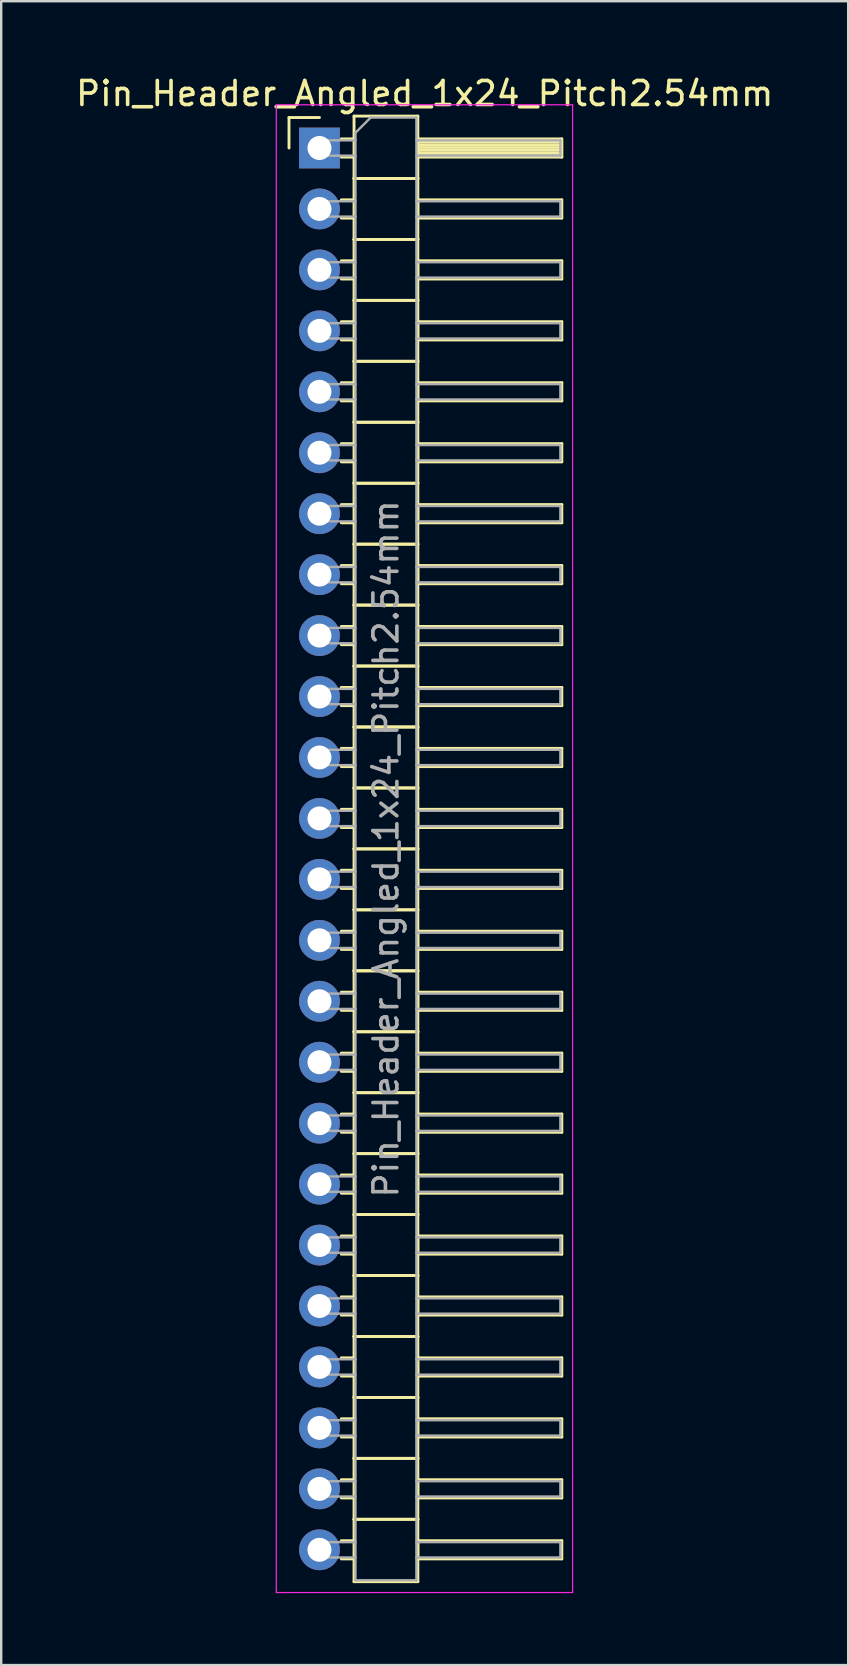
<source format=kicad_pcb>
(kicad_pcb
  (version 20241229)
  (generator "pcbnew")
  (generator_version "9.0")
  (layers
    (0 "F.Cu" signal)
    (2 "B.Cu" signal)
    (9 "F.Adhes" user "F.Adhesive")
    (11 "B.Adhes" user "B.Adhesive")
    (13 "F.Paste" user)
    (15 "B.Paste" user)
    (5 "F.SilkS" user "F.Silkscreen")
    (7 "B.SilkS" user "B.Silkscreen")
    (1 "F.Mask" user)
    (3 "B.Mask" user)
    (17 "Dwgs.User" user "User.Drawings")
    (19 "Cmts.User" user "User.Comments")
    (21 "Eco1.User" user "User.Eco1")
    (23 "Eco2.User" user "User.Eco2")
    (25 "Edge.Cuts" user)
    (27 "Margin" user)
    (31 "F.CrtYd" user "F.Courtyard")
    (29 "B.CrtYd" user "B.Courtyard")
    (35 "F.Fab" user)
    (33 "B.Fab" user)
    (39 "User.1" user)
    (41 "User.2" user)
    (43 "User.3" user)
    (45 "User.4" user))
  (footprint "Pin_Header_Angled_1x24_Pitch2.54mm"
    (layer "F.Cu")
    (at 10.264 3.118)
    (property "Reference" "Pin_Header_Angled_1x24_Pitch2.54mm" (at 4.385 -2.27 0) (layer "F.SilkS") (effects (font (size 1 1) (thickness 0.15))))
    (attr through_hole)
    (fp_line (start -1.27 -1.27) (end 0 -1.27) (stroke (width 0.12) (type solid)) (layer "F.SilkS"))
    (fp_line (start -1.27 0) (end -1.27 -1.27) (stroke (width 0.12) (type solid)) (layer "F.SilkS"))
    (fp_line (start 0.91 -0.38) (end 1.44 -0.38) (stroke (width 0.12) (type solid)) (layer "F.SilkS"))
    (fp_line (start 0.91 0.38) (end 1.44 0.38) (stroke (width 0.12) (type solid)) (layer "F.SilkS"))
    (fp_line (start 0.91 2.16) (end 1.44 2.16) (stroke (width 0.12) (type solid)) (layer "F.SilkS"))
    (fp_line (start 0.91 2.92) (end 1.44 2.92) (stroke (width 0.12) (type solid)) (layer "F.SilkS"))
    (fp_line (start 0.91 4.7) (end 1.44 4.7) (stroke (width 0.12) (type solid)) (layer "F.SilkS"))
    (fp_line (start 0.91 5.46) (end 1.44 5.46) (stroke (width 0.12) (type solid)) (layer "F.SilkS"))
    (fp_line (start 0.91 7.24) (end 1.44 7.24) (stroke (width 0.12) (type solid)) (layer "F.SilkS"))
    (fp_line (start 0.91 8) (end 1.44 8) (stroke (width 0.12) (type solid)) (layer "F.SilkS"))
    (fp_line (start 0.91 9.78) (end 1.44 9.78) (stroke (width 0.12) (type solid)) (layer "F.SilkS"))
    (fp_line (start 0.91 10.54) (end 1.44 10.54) (stroke (width 0.12) (type solid)) (layer "F.SilkS"))
    (fp_line (start 0.91 12.32) (end 1.44 12.32) (stroke (width 0.12) (type solid)) (layer "F.SilkS"))
    (fp_line (start 0.91 13.08) (end 1.44 13.08) (stroke (width 0.12) (type solid)) (layer "F.SilkS"))
    (fp_line (start 0.91 14.86) (end 1.44 14.86) (stroke (width 0.12) (type solid)) (layer "F.SilkS"))
    (fp_line (start 0.91 15.62) (end 1.44 15.62) (stroke (width 0.12) (type solid)) (layer "F.SilkS"))
    (fp_line (start 0.91 17.4) (end 1.44 17.4) (stroke (width 0.12) (type solid)) (layer "F.SilkS"))
    (fp_line (start 0.91 18.16) (end 1.44 18.16) (stroke (width 0.12) (type solid)) (layer "F.SilkS"))
    (fp_line (start 0.91 19.94) (end 1.44 19.94) (stroke (width 0.12) (type solid)) (layer "F.SilkS"))
    (fp_line (start 0.91 20.7) (end 1.44 20.7) (stroke (width 0.12) (type solid)) (layer "F.SilkS"))
    (fp_line (start 0.91 22.48) (end 1.44 22.48) (stroke (width 0.12) (type solid)) (layer "F.SilkS"))
    (fp_line (start 0.91 23.24) (end 1.44 23.24) (stroke (width 0.12) (type solid)) (layer "F.SilkS"))
    (fp_line (start 0.91 25.02) (end 1.44 25.02) (stroke (width 0.12) (type solid)) (layer "F.SilkS"))
    (fp_line (start 0.91 25.78) (end 1.44 25.78) (stroke (width 0.12) (type solid)) (layer "F.SilkS"))
    (fp_line (start 0.91 27.56) (end 1.44 27.56) (stroke (width 0.12) (type solid)) (layer "F.SilkS"))
    (fp_line (start 0.91 28.32) (end 1.44 28.32) (stroke (width 0.12) (type solid)) (layer "F.SilkS"))
    (fp_line (start 0.91 30.1) (end 1.44 30.1) (stroke (width 0.12) (type solid)) (layer "F.SilkS"))
    (fp_line (start 0.91 30.86) (end 1.44 30.86) (stroke (width 0.12) (type solid)) (layer "F.SilkS"))
    (fp_line (start 0.91 32.64) (end 1.44 32.64) (stroke (width 0.12) (type solid)) (layer "F.SilkS"))
    (fp_line (start 0.91 33.4) (end 1.44 33.4) (stroke (width 0.12) (type solid)) (layer "F.SilkS"))
    (fp_line (start 0.91 35.18) (end 1.44 35.18) (stroke (width 0.12) (type solid)) (layer "F.SilkS"))
    (fp_line (start 0.91 35.94) (end 1.44 35.94) (stroke (width 0.12) (type solid)) (layer "F.SilkS"))
    (fp_line (start 0.91 37.72) (end 1.44 37.72) (stroke (width 0.12) (type solid)) (layer "F.SilkS"))
    (fp_line (start 0.91 38.48) (end 1.44 38.48) (stroke (width 0.12) (type solid)) (layer "F.SilkS"))
    (fp_line (start 0.91 40.26) (end 1.44 40.26) (stroke (width 0.12) (type solid)) (layer "F.SilkS"))
    (fp_line (start 0.91 41.02) (end 1.44 41.02) (stroke (width 0.12) (type solid)) (layer "F.SilkS"))
    (fp_line (start 0.91 42.8) (end 1.44 42.8) (stroke (width 0.12) (type solid)) (layer "F.SilkS"))
    (fp_line (start 0.91 43.56) (end 1.44 43.56) (stroke (width 0.12) (type solid)) (layer "F.SilkS"))
    (fp_line (start 0.91 45.34) (end 1.44 45.34) (stroke (width 0.12) (type solid)) (layer "F.SilkS"))
    (fp_line (start 0.91 46.1) (end 1.44 46.1) (stroke (width 0.12) (type solid)) (layer "F.SilkS"))
    (fp_line (start 0.91 47.88) (end 1.44 47.88) (stroke (width 0.12) (type solid)) (layer "F.SilkS"))
    (fp_line (start 0.91 48.64) (end 1.44 48.64) (stroke (width 0.12) (type solid)) (layer "F.SilkS"))
    (fp_line (start 0.91 50.42) (end 1.44 50.42) (stroke (width 0.12) (type solid)) (layer "F.SilkS"))
    (fp_line (start 0.91 51.18) (end 1.44 51.18) (stroke (width 0.12) (type solid)) (layer "F.SilkS"))
    (fp_line (start 0.91 52.96) (end 1.44 52.96) (stroke (width 0.12) (type solid)) (layer "F.SilkS"))
    (fp_line (start 0.91 53.72) (end 1.44 53.72) (stroke (width 0.12) (type solid)) (layer "F.SilkS"))
    (fp_line (start 0.91 55.5) (end 1.44 55.5) (stroke (width 0.12) (type solid)) (layer "F.SilkS"))
    (fp_line (start 0.91 56.26) (end 1.44 56.26) (stroke (width 0.12) (type solid)) (layer "F.SilkS"))
    (fp_line (start 0.91 58.04) (end 1.44 58.04) (stroke (width 0.12) (type solid)) (layer "F.SilkS"))
    (fp_line (start 0.91 58.8) (end 1.44 58.8) (stroke (width 0.12) (type solid)) (layer "F.SilkS"))
    (fp_line (start 1.44 -1.33) (end 1.44 1.27) (stroke (width 0.12) (type solid)) (layer "F.SilkS"))
    (fp_line (start 1.44 1.27) (end 1.44 3.81) (stroke (width 0.12) (type solid)) (layer "F.SilkS"))
    (fp_line (start 1.44 1.27) (end 4.1 1.27) (stroke (width 0.12) (type solid)) (layer "F.SilkS"))
    (fp_line (start 1.44 3.81) (end 1.44 6.35) (stroke (width 0.12) (type solid)) (layer "F.SilkS"))
    (fp_line (start 1.44 3.81) (end 4.1 3.81) (stroke (width 0.12) (type solid)) (layer "F.SilkS"))
    (fp_line (start 1.44 6.35) (end 1.44 8.89) (stroke (width 0.12) (type solid)) (layer "F.SilkS"))
    (fp_line (start 1.44 6.35) (end 4.1 6.35) (stroke (width 0.12) (type solid)) (layer "F.SilkS"))
    (fp_line (start 1.44 8.89) (end 1.44 11.43) (stroke (width 0.12) (type solid)) (layer "F.SilkS"))
    (fp_line (start 1.44 8.89) (end 4.1 8.89) (stroke (width 0.12) (type solid)) (layer "F.SilkS"))
    (fp_line (start 1.44 11.43) (end 1.44 13.97) (stroke (width 0.12) (type solid)) (layer "F.SilkS"))
    (fp_line (start 1.44 11.43) (end 4.1 11.43) (stroke (width 0.12) (type solid)) (layer "F.SilkS"))
    (fp_line (start 1.44 13.97) (end 1.44 16.51) (stroke (width 0.12) (type solid)) (layer "F.SilkS"))
    (fp_line (start 1.44 13.97) (end 4.1 13.97) (stroke (width 0.12) (type solid)) (layer "F.SilkS"))
    (fp_line (start 1.44 16.51) (end 1.44 19.05) (stroke (width 0.12) (type solid)) (layer "F.SilkS"))
    (fp_line (start 1.44 16.51) (end 4.1 16.51) (stroke (width 0.12) (type solid)) (layer "F.SilkS"))
    (fp_line (start 1.44 19.05) (end 1.44 21.59) (stroke (width 0.12) (type solid)) (layer "F.SilkS"))
    (fp_line (start 1.44 19.05) (end 4.1 19.05) (stroke (width 0.12) (type solid)) (layer "F.SilkS"))
    (fp_line (start 1.44 21.59) (end 1.44 24.13) (stroke (width 0.12) (type solid)) (layer "F.SilkS"))
    (fp_line (start 1.44 21.59) (end 4.1 21.59) (stroke (width 0.12) (type solid)) (layer "F.SilkS"))
    (fp_line (start 1.44 24.13) (end 1.44 26.67) (stroke (width 0.12) (type solid)) (layer "F.SilkS"))
    (fp_line (start 1.44 24.13) (end 4.1 24.13) (stroke (width 0.12) (type solid)) (layer "F.SilkS"))
    (fp_line (start 1.44 26.67) (end 1.44 29.21) (stroke (width 0.12) (type solid)) (layer "F.SilkS"))
    (fp_line (start 1.44 26.67) (end 4.1 26.67) (stroke (width 0.12) (type solid)) (layer "F.SilkS"))
    (fp_line (start 1.44 29.21) (end 1.44 31.75) (stroke (width 0.12) (type solid)) (layer "F.SilkS"))
    (fp_line (start 1.44 29.21) (end 4.1 29.21) (stroke (width 0.12) (type solid)) (layer "F.SilkS"))
    (fp_line (start 1.44 31.75) (end 1.44 34.29) (stroke (width 0.12) (type solid)) (layer "F.SilkS"))
    (fp_line (start 1.44 31.75) (end 4.1 31.75) (stroke (width 0.12) (type solid)) (layer "F.SilkS"))
    (fp_line (start 1.44 34.29) (end 1.44 36.83) (stroke (width 0.12) (type solid)) (layer "F.SilkS"))
    (fp_line (start 1.44 34.29) (end 4.1 34.29) (stroke (width 0.12) (type solid)) (layer "F.SilkS"))
    (fp_line (start 1.44 36.83) (end 1.44 39.37) (stroke (width 0.12) (type solid)) (layer "F.SilkS"))
    (fp_line (start 1.44 36.83) (end 4.1 36.83) (stroke (width 0.12) (type solid)) (layer "F.SilkS"))
    (fp_line (start 1.44 39.37) (end 1.44 41.91) (stroke (width 0.12) (type solid)) (layer "F.SilkS"))
    (fp_line (start 1.44 39.37) (end 4.1 39.37) (stroke (width 0.12) (type solid)) (layer "F.SilkS"))
    (fp_line (start 1.44 41.91) (end 1.44 44.45) (stroke (width 0.12) (type solid)) (layer "F.SilkS"))
    (fp_line (start 1.44 41.91) (end 4.1 41.91) (stroke (width 0.12) (type solid)) (layer "F.SilkS"))
    (fp_line (start 1.44 44.45) (end 1.44 46.99) (stroke (width 0.12) (type solid)) (layer "F.SilkS"))
    (fp_line (start 1.44 44.45) (end 4.1 44.45) (stroke (width 0.12) (type solid)) (layer "F.SilkS"))
    (fp_line (start 1.44 46.99) (end 1.44 49.53) (stroke (width 0.12) (type solid)) (layer "F.SilkS"))
    (fp_line (start 1.44 46.99) (end 4.1 46.99) (stroke (width 0.12) (type solid)) (layer "F.SilkS"))
    (fp_line (start 1.44 49.53) (end 1.44 52.07) (stroke (width 0.12) (type solid)) (layer "F.SilkS"))
    (fp_line (start 1.44 49.53) (end 4.1 49.53) (stroke (width 0.12) (type solid)) (layer "F.SilkS"))
    (fp_line (start 1.44 52.07) (end 1.44 54.61) (stroke (width 0.12) (type solid)) (layer "F.SilkS"))
    (fp_line (start 1.44 52.07) (end 4.1 52.07) (stroke (width 0.12) (type solid)) (layer "F.SilkS"))
    (fp_line (start 1.44 54.61) (end 1.44 57.15) (stroke (width 0.12) (type solid)) (layer "F.SilkS"))
    (fp_line (start 1.44 54.61) (end 4.1 54.61) (stroke (width 0.12) (type solid)) (layer "F.SilkS"))
    (fp_line (start 1.44 57.15) (end 1.44 59.75) (stroke (width 0.12) (type solid)) (layer "F.SilkS"))
    (fp_line (start 1.44 57.15) (end 4.1 57.15) (stroke (width 0.12) (type solid)) (layer "F.SilkS"))
    (fp_line (start 1.44 59.75) (end 4.1 59.75) (stroke (width 0.12) (type solid)) (layer "F.SilkS"))
    (fp_line (start 4.1 -1.33) (end 1.44 -1.33) (stroke (width 0.12) (type solid)) (layer "F.SilkS"))
    (fp_line (start 4.1 -0.38) (end 4.1 0.38) (stroke (width 0.12) (type solid)) (layer "F.SilkS"))
    (fp_line (start 4.1 -0.26) (end 10.1 -0.26) (stroke (width 0.12) (type solid)) (layer "F.SilkS"))
    (fp_line (start 4.1 -0.14) (end 10.1 -0.14) (stroke (width 0.12) (type solid)) (layer "F.SilkS"))
    (fp_line (start 4.1 -0.02) (end 10.1 -0.02) (stroke (width 0.12) (type solid)) (layer "F.SilkS"))
    (fp_line (start 4.1 0.1) (end 10.1 0.1) (stroke (width 0.12) (type solid)) (layer "F.SilkS"))
    (fp_line (start 4.1 0.22) (end 10.1 0.22) (stroke (width 0.12) (type solid)) (layer "F.SilkS"))
    (fp_line (start 4.1 0.34) (end 10.1 0.34) (stroke (width 0.12) (type solid)) (layer "F.SilkS"))
    (fp_line (start 4.1 0.38) (end 10.1 0.38) (stroke (width 0.12) (type solid)) (layer "F.SilkS"))
    (fp_line (start 4.1 1.27) (end 1.44 1.27) (stroke (width 0.12) (type solid)) (layer "F.SilkS"))
    (fp_line (start 4.1 1.27) (end 4.1 -1.33) (stroke (width 0.12) (type solid)) (layer "F.SilkS"))
    (fp_line (start 4.1 2.16) (end 4.1 2.92) (stroke (width 0.12) (type solid)) (layer "F.SilkS"))
    (fp_line (start 4.1 2.92) (end 10.1 2.92) (stroke (width 0.12) (type solid)) (layer "F.SilkS"))
    (fp_line (start 4.1 3.81) (end 1.44 3.81) (stroke (width 0.12) (type solid)) (layer "F.SilkS"))
    (fp_line (start 4.1 3.81) (end 4.1 1.27) (stroke (width 0.12) (type solid)) (layer "F.SilkS"))
    (fp_line (start 4.1 4.7) (end 4.1 5.46) (stroke (width 0.12) (type solid)) (layer "F.SilkS"))
    (fp_line (start 4.1 5.46) (end 10.1 5.46) (stroke (width 0.12) (type solid)) (layer "F.SilkS"))
    (fp_line (start 4.1 6.35) (end 1.44 6.35) (stroke (width 0.12) (type solid)) (layer "F.SilkS"))
    (fp_line (start 4.1 6.35) (end 4.1 3.81) (stroke (width 0.12) (type solid)) (layer "F.SilkS"))
    (fp_line (start 4.1 7.24) (end 4.1 8) (stroke (width 0.12) (type solid)) (layer "F.SilkS"))
    (fp_line (start 4.1 8) (end 10.1 8) (stroke (width 0.12) (type solid)) (layer "F.SilkS"))
    (fp_line (start 4.1 8.89) (end 1.44 8.89) (stroke (width 0.12) (type solid)) (layer "F.SilkS"))
    (fp_line (start 4.1 8.89) (end 4.1 6.35) (stroke (width 0.12) (type solid)) (layer "F.SilkS"))
    (fp_line (start 4.1 9.78) (end 4.1 10.54) (stroke (width 0.12) (type solid)) (layer "F.SilkS"))
    (fp_line (start 4.1 10.54) (end 10.1 10.54) (stroke (width 0.12) (type solid)) (layer "F.SilkS"))
    (fp_line (start 4.1 11.43) (end 1.44 11.43) (stroke (width 0.12) (type solid)) (layer "F.SilkS"))
    (fp_line (start 4.1 11.43) (end 4.1 8.89) (stroke (width 0.12) (type solid)) (layer "F.SilkS"))
    (fp_line (start 4.1 12.32) (end 4.1 13.08) (stroke (width 0.12) (type solid)) (layer "F.SilkS"))
    (fp_line (start 4.1 13.08) (end 10.1 13.08) (stroke (width 0.12) (type solid)) (layer "F.SilkS"))
    (fp_line (start 4.1 13.97) (end 1.44 13.97) (stroke (width 0.12) (type solid)) (layer "F.SilkS"))
    (fp_line (start 4.1 13.97) (end 4.1 11.43) (stroke (width 0.12) (type solid)) (layer "F.SilkS"))
    (fp_line (start 4.1 14.86) (end 4.1 15.62) (stroke (width 0.12) (type solid)) (layer "F.SilkS"))
    (fp_line (start 4.1 15.62) (end 10.1 15.62) (stroke (width 0.12) (type solid)) (layer "F.SilkS"))
    (fp_line (start 4.1 16.51) (end 1.44 16.51) (stroke (width 0.12) (type solid)) (layer "F.SilkS"))
    (fp_line (start 4.1 16.51) (end 4.1 13.97) (stroke (width 0.12) (type solid)) (layer "F.SilkS"))
    (fp_line (start 4.1 17.4) (end 4.1 18.16) (stroke (width 0.12) (type solid)) (layer "F.SilkS"))
    (fp_line (start 4.1 18.16) (end 10.1 18.16) (stroke (width 0.12) (type solid)) (layer "F.SilkS"))
    (fp_line (start 4.1 19.05) (end 1.44 19.05) (stroke (width 0.12) (type solid)) (layer "F.SilkS"))
    (fp_line (start 4.1 19.05) (end 4.1 16.51) (stroke (width 0.12) (type solid)) (layer "F.SilkS"))
    (fp_line (start 4.1 19.94) (end 4.1 20.7) (stroke (width 0.12) (type solid)) (layer "F.SilkS"))
    (fp_line (start 4.1 20.7) (end 10.1 20.7) (stroke (width 0.12) (type solid)) (layer "F.SilkS"))
    (fp_line (start 4.1 21.59) (end 1.44 21.59) (stroke (width 0.12) (type solid)) (layer "F.SilkS"))
    (fp_line (start 4.1 21.59) (end 4.1 19.05) (stroke (width 0.12) (type solid)) (layer "F.SilkS"))
    (fp_line (start 4.1 22.48) (end 4.1 23.24) (stroke (width 0.12) (type solid)) (layer "F.SilkS"))
    (fp_line (start 4.1 23.24) (end 10.1 23.24) (stroke (width 0.12) (type solid)) (layer "F.SilkS"))
    (fp_line (start 4.1 24.13) (end 1.44 24.13) (stroke (width 0.12) (type solid)) (layer "F.SilkS"))
    (fp_line (start 4.1 24.13) (end 4.1 21.59) (stroke (width 0.12) (type solid)) (layer "F.SilkS"))
    (fp_line (start 4.1 25.02) (end 4.1 25.78) (stroke (width 0.12) (type solid)) (layer "F.SilkS"))
    (fp_line (start 4.1 25.78) (end 10.1 25.78) (stroke (width 0.12) (type solid)) (layer "F.SilkS"))
    (fp_line (start 4.1 26.67) (end 1.44 26.67) (stroke (width 0.12) (type solid)) (layer "F.SilkS"))
    (fp_line (start 4.1 26.67) (end 4.1 24.13) (stroke (width 0.12) (type solid)) (layer "F.SilkS"))
    (fp_line (start 4.1 27.56) (end 4.1 28.32) (stroke (width 0.12) (type solid)) (layer "F.SilkS"))
    (fp_line (start 4.1 28.32) (end 10.1 28.32) (stroke (width 0.12) (type solid)) (layer "F.SilkS"))
    (fp_line (start 4.1 29.21) (end 1.44 29.21) (stroke (width 0.12) (type solid)) (layer "F.SilkS"))
    (fp_line (start 4.1 29.21) (end 4.1 26.67) (stroke (width 0.12) (type solid)) (layer "F.SilkS"))
    (fp_line (start 4.1 30.1) (end 4.1 30.86) (stroke (width 0.12) (type solid)) (layer "F.SilkS"))
    (fp_line (start 4.1 30.86) (end 10.1 30.86) (stroke (width 0.12) (type solid)) (layer "F.SilkS"))
    (fp_line (start 4.1 31.75) (end 1.44 31.75) (stroke (width 0.12) (type solid)) (layer "F.SilkS"))
    (fp_line (start 4.1 31.75) (end 4.1 29.21) (stroke (width 0.12) (type solid)) (layer "F.SilkS"))
    (fp_line (start 4.1 32.64) (end 4.1 33.4) (stroke (width 0.12) (type solid)) (layer "F.SilkS"))
    (fp_line (start 4.1 33.4) (end 10.1 33.4) (stroke (width 0.12) (type solid)) (layer "F.SilkS"))
    (fp_line (start 4.1 34.29) (end 1.44 34.29) (stroke (width 0.12) (type solid)) (layer "F.SilkS"))
    (fp_line (start 4.1 34.29) (end 4.1 31.75) (stroke (width 0.12) (type solid)) (layer "F.SilkS"))
    (fp_line (start 4.1 35.18) (end 4.1 35.94) (stroke (width 0.12) (type solid)) (layer "F.SilkS"))
    (fp_line (start 4.1 35.94) (end 10.1 35.94) (stroke (width 0.12) (type solid)) (layer "F.SilkS"))
    (fp_line (start 4.1 36.83) (end 1.44 36.83) (stroke (width 0.12) (type solid)) (layer "F.SilkS"))
    (fp_line (start 4.1 36.83) (end 4.1 34.29) (stroke (width 0.12) (type solid)) (layer "F.SilkS"))
    (fp_line (start 4.1 37.72) (end 4.1 38.48) (stroke (width 0.12) (type solid)) (layer "F.SilkS"))
    (fp_line (start 4.1 38.48) (end 10.1 38.48) (stroke (width 0.12) (type solid)) (layer "F.SilkS"))
    (fp_line (start 4.1 39.37) (end 1.44 39.37) (stroke (width 0.12) (type solid)) (layer "F.SilkS"))
    (fp_line (start 4.1 39.37) (end 4.1 36.83) (stroke (width 0.12) (type solid)) (layer "F.SilkS"))
    (fp_line (start 4.1 40.26) (end 4.1 41.02) (stroke (width 0.12) (type solid)) (layer "F.SilkS"))
    (fp_line (start 4.1 41.02) (end 10.1 41.02) (stroke (width 0.12) (type solid)) (layer "F.SilkS"))
    (fp_line (start 4.1 41.91) (end 1.44 41.91) (stroke (width 0.12) (type solid)) (layer "F.SilkS"))
    (fp_line (start 4.1 41.91) (end 4.1 39.37) (stroke (width 0.12) (type solid)) (layer "F.SilkS"))
    (fp_line (start 4.1 42.8) (end 4.1 43.56) (stroke (width 0.12) (type solid)) (layer "F.SilkS"))
    (fp_line (start 4.1 43.56) (end 10.1 43.56) (stroke (width 0.12) (type solid)) (layer "F.SilkS"))
    (fp_line (start 4.1 44.45) (end 1.44 44.45) (stroke (width 0.12) (type solid)) (layer "F.SilkS"))
    (fp_line (start 4.1 44.45) (end 4.1 41.91) (stroke (width 0.12) (type solid)) (layer "F.SilkS"))
    (fp_line (start 4.1 45.34) (end 4.1 46.1) (stroke (width 0.12) (type solid)) (layer "F.SilkS"))
    (fp_line (start 4.1 46.1) (end 10.1 46.1) (stroke (width 0.12) (type solid)) (layer "F.SilkS"))
    (fp_line (start 4.1 46.99) (end 1.44 46.99) (stroke (width 0.12) (type solid)) (layer "F.SilkS"))
    (fp_line (start 4.1 46.99) (end 4.1 44.45) (stroke (width 0.12) (type solid)) (layer "F.SilkS"))
    (fp_line (start 4.1 47.88) (end 4.1 48.64) (stroke (width 0.12) (type solid)) (layer "F.SilkS"))
    (fp_line (start 4.1 48.64) (end 10.1 48.64) (stroke (width 0.12) (type solid)) (layer "F.SilkS"))
    (fp_line (start 4.1 49.53) (end 1.44 49.53) (stroke (width 0.12) (type solid)) (layer "F.SilkS"))
    (fp_line (start 4.1 49.53) (end 4.1 46.99) (stroke (width 0.12) (type solid)) (layer "F.SilkS"))
    (fp_line (start 4.1 50.42) (end 4.1 51.18) (stroke (width 0.12) (type solid)) (layer "F.SilkS"))
    (fp_line (start 4.1 51.18) (end 10.1 51.18) (stroke (width 0.12) (type solid)) (layer "F.SilkS"))
    (fp_line (start 4.1 52.07) (end 1.44 52.07) (stroke (width 0.12) (type solid)) (layer "F.SilkS"))
    (fp_line (start 4.1 52.07) (end 4.1 49.53) (stroke (width 0.12) (type solid)) (layer "F.SilkS"))
    (fp_line (start 4.1 52.96) (end 4.1 53.72) (stroke (width 0.12) (type solid)) (layer "F.SilkS"))
    (fp_line (start 4.1 53.72) (end 10.1 53.72) (stroke (width 0.12) (type solid)) (layer "F.SilkS"))
    (fp_line (start 4.1 54.61) (end 1.44 54.61) (stroke (width 0.12) (type solid)) (layer "F.SilkS"))
    (fp_line (start 4.1 54.61) (end 4.1 52.07) (stroke (width 0.12) (type solid)) (layer "F.SilkS"))
    (fp_line (start 4.1 55.5) (end 4.1 56.26) (stroke (width 0.12) (type solid)) (layer "F.SilkS"))
    (fp_line (start 4.1 56.26) (end 10.1 56.26) (stroke (width 0.12) (type solid)) (layer "F.SilkS"))
    (fp_line (start 4.1 57.15) (end 1.44 57.15) (stroke (width 0.12) (type solid)) (layer "F.SilkS"))
    (fp_line (start 4.1 57.15) (end 4.1 54.61) (stroke (width 0.12) (type solid)) (layer "F.SilkS"))
    (fp_line (start 4.1 58.04) (end 4.1 58.8) (stroke (width 0.12) (type solid)) (layer "F.SilkS"))
    (fp_line (start 4.1 58.8) (end 10.1 58.8) (stroke (width 0.12) (type solid)) (layer "F.SilkS"))
    (fp_line (start 4.1 59.75) (end 4.1 57.15) (stroke (width 0.12) (type solid)) (layer "F.SilkS"))
    (fp_line (start 10.1 -0.38) (end 4.1 -0.38) (stroke (width 0.12) (type solid)) (layer "F.SilkS"))
    (fp_line (start 10.1 0.38) (end 10.1 -0.38) (stroke (width 0.12) (type solid)) (layer "F.SilkS"))
    (fp_line (start 10.1 2.16) (end 4.1 2.16) (stroke (width 0.12) (type solid)) (layer "F.SilkS"))
    (fp_line (start 10.1 2.92) (end 10.1 2.16) (stroke (width 0.12) (type solid)) (layer "F.SilkS"))
    (fp_line (start 10.1 4.7) (end 4.1 4.7) (stroke (width 0.12) (type solid)) (layer "F.SilkS"))
    (fp_line (start 10.1 5.46) (end 10.1 4.7) (stroke (width 0.12) (type solid)) (layer "F.SilkS"))
    (fp_line (start 10.1 7.24) (end 4.1 7.24) (stroke (width 0.12) (type solid)) (layer "F.SilkS"))
    (fp_line (start 10.1 8) (end 10.1 7.24) (stroke (width 0.12) (type solid)) (layer "F.SilkS"))
    (fp_line (start 10.1 9.78) (end 4.1 9.78) (stroke (width 0.12) (type solid)) (layer "F.SilkS"))
    (fp_line (start 10.1 10.54) (end 10.1 9.78) (stroke (width 0.12) (type solid)) (layer "F.SilkS"))
    (fp_line (start 10.1 12.32) (end 4.1 12.32) (stroke (width 0.12) (type solid)) (layer "F.SilkS"))
    (fp_line (start 10.1 13.08) (end 10.1 12.32) (stroke (width 0.12) (type solid)) (layer "F.SilkS"))
    (fp_line (start 10.1 14.86) (end 4.1 14.86) (stroke (width 0.12) (type solid)) (layer "F.SilkS"))
    (fp_line (start 10.1 15.62) (end 10.1 14.86) (stroke (width 0.12) (type solid)) (layer "F.SilkS"))
    (fp_line (start 10.1 17.4) (end 4.1 17.4) (stroke (width 0.12) (type solid)) (layer "F.SilkS"))
    (fp_line (start 10.1 18.16) (end 10.1 17.4) (stroke (width 0.12) (type solid)) (layer "F.SilkS"))
    (fp_line (start 10.1 19.94) (end 4.1 19.94) (stroke (width 0.12) (type solid)) (layer "F.SilkS"))
    (fp_line (start 10.1 20.7) (end 10.1 19.94) (stroke (width 0.12) (type solid)) (layer "F.SilkS"))
    (fp_line (start 10.1 22.48) (end 4.1 22.48) (stroke (width 0.12) (type solid)) (layer "F.SilkS"))
    (fp_line (start 10.1 23.24) (end 10.1 22.48) (stroke (width 0.12) (type solid)) (layer "F.SilkS"))
    (fp_line (start 10.1 25.02) (end 4.1 25.02) (stroke (width 0.12) (type solid)) (layer "F.SilkS"))
    (fp_line (start 10.1 25.78) (end 10.1 25.02) (stroke (width 0.12) (type solid)) (layer "F.SilkS"))
    (fp_line (start 10.1 27.56) (end 4.1 27.56) (stroke (width 0.12) (type solid)) (layer "F.SilkS"))
    (fp_line (start 10.1 28.32) (end 10.1 27.56) (stroke (width 0.12) (type solid)) (layer "F.SilkS"))
    (fp_line (start 10.1 30.1) (end 4.1 30.1) (stroke (width 0.12) (type solid)) (layer "F.SilkS"))
    (fp_line (start 10.1 30.86) (end 10.1 30.1) (stroke (width 0.12) (type solid)) (layer "F.SilkS"))
    (fp_line (start 10.1 32.64) (end 4.1 32.64) (stroke (width 0.12) (type solid)) (layer "F.SilkS"))
    (fp_line (start 10.1 33.4) (end 10.1 32.64) (stroke (width 0.12) (type solid)) (layer "F.SilkS"))
    (fp_line (start 10.1 35.18) (end 4.1 35.18) (stroke (width 0.12) (type solid)) (layer "F.SilkS"))
    (fp_line (start 10.1 35.94) (end 10.1 35.18) (stroke (width 0.12) (type solid)) (layer "F.SilkS"))
    (fp_line (start 10.1 37.72) (end 4.1 37.72) (stroke (width 0.12) (type solid)) (layer "F.SilkS"))
    (fp_line (start 10.1 38.48) (end 10.1 37.72) (stroke (width 0.12) (type solid)) (layer "F.SilkS"))
    (fp_line (start 10.1 40.26) (end 4.1 40.26) (stroke (width 0.12) (type solid)) (layer "F.SilkS"))
    (fp_line (start 10.1 41.02) (end 10.1 40.26) (stroke (width 0.12) (type solid)) (layer "F.SilkS"))
    (fp_line (start 10.1 42.8) (end 4.1 42.8) (stroke (width 0.12) (type solid)) (layer "F.SilkS"))
    (fp_line (start 10.1 43.56) (end 10.1 42.8) (stroke (width 0.12) (type solid)) (layer "F.SilkS"))
    (fp_line (start 10.1 45.34) (end 4.1 45.34) (stroke (width 0.12) (type solid)) (layer "F.SilkS"))
    (fp_line (start 10.1 46.1) (end 10.1 45.34) (stroke (width 0.12) (type solid)) (layer "F.SilkS"))
    (fp_line (start 10.1 47.88) (end 4.1 47.88) (stroke (width 0.12) (type solid)) (layer "F.SilkS"))
    (fp_line (start 10.1 48.64) (end 10.1 47.88) (stroke (width 0.12) (type solid)) (layer "F.SilkS"))
    (fp_line (start 10.1 50.42) (end 4.1 50.42) (stroke (width 0.12) (type solid)) (layer "F.SilkS"))
    (fp_line (start 10.1 51.18) (end 10.1 50.42) (stroke (width 0.12) (type solid)) (layer "F.SilkS"))
    (fp_line (start 10.1 52.96) (end 4.1 52.96) (stroke (width 0.12) (type solid)) (layer "F.SilkS"))
    (fp_line (start 10.1 53.72) (end 10.1 52.96) (stroke (width 0.12) (type solid)) (layer "F.SilkS"))
    (fp_line (start 10.1 55.5) (end 4.1 55.5) (stroke (width 0.12) (type solid)) (layer "F.SilkS"))
    (fp_line (start 10.1 56.26) (end 10.1 55.5) (stroke (width 0.12) (type solid)) (layer "F.SilkS"))
    (fp_line (start 10.1 58.04) (end 4.1 58.04) (stroke (width 0.12) (type solid)) (layer "F.SilkS"))
    (fp_line (start 10.1 58.8) (end 10.1 58.04) (stroke (width 0.12) (type solid)) (layer "F.SilkS"))
    (fp_line (start -1.8 -1.8) (end -1.8 60.2) (stroke (width 0.05) (type solid)) (layer "F.CrtYd"))
    (fp_line (start -1.8 60.2) (end 10.55 60.2) (stroke (width 0.05) (type solid)) (layer "F.CrtYd"))
    (fp_line (start 10.55 -1.8) (end -1.8 -1.8) (stroke (width 0.05) (type solid)) (layer "F.CrtYd"))
    (fp_line (start 10.55 60.2) (end 10.55 -1.8) (stroke (width 0.05) (type solid)) (layer "F.CrtYd"))
    (fp_line (start -0.32 -0.32) (end -0.32 0.32) (stroke (width 0.1) (type solid)) (layer "F.Fab"))
    (fp_line (start -0.32 -0.32) (end 1.5 -0.32) (stroke (width 0.1) (type solid)) (layer "F.Fab"))
    (fp_line (start -0.32 0.32) (end 1.5 0.32) (stroke (width 0.1) (type solid)) (layer "F.Fab"))
    (fp_line (start -0.32 2.22) (end -0.32 2.86) (stroke (width 0.1) (type solid)) (layer "F.Fab"))
    (fp_line (start -0.32 2.22) (end 1.5 2.22) (stroke (width 0.1) (type solid)) (layer "F.Fab"))
    (fp_line (start -0.32 2.86) (end 1.5 2.86) (stroke (width 0.1) (type solid)) (layer "F.Fab"))
    (fp_line (start -0.32 4.76) (end -0.32 5.4) (stroke (width 0.1) (type solid)) (layer "F.Fab"))
    (fp_line (start -0.32 4.76) (end 1.5 4.76) (stroke (width 0.1) (type solid)) (layer "F.Fab"))
    (fp_line (start -0.32 5.4) (end 1.5 5.4) (stroke (width 0.1) (type solid)) (layer "F.Fab"))
    (fp_line (start -0.32 7.3) (end -0.32 7.94) (stroke (width 0.1) (type solid)) (layer "F.Fab"))
    (fp_line (start -0.32 7.3) (end 1.5 7.3) (stroke (width 0.1) (type solid)) (layer "F.Fab"))
    (fp_line (start -0.32 7.94) (end 1.5 7.94) (stroke (width 0.1) (type solid)) (layer "F.Fab"))
    (fp_line (start -0.32 9.84) (end -0.32 10.48) (stroke (width 0.1) (type solid)) (layer "F.Fab"))
    (fp_line (start -0.32 9.84) (end 1.5 9.84) (stroke (width 0.1) (type solid)) (layer "F.Fab"))
    (fp_line (start -0.32 10.48) (end 1.5 10.48) (stroke (width 0.1) (type solid)) (layer "F.Fab"))
    (fp_line (start -0.32 12.38) (end -0.32 13.02) (stroke (width 0.1) (type solid)) (layer "F.Fab"))
    (fp_line (start -0.32 12.38) (end 1.5 12.38) (stroke (width 0.1) (type solid)) (layer "F.Fab"))
    (fp_line (start -0.32 13.02) (end 1.5 13.02) (stroke (width 0.1) (type solid)) (layer "F.Fab"))
    (fp_line (start -0.32 14.92) (end -0.32 15.56) (stroke (width 0.1) (type solid)) (layer "F.Fab"))
    (fp_line (start -0.32 14.92) (end 1.5 14.92) (stroke (width 0.1) (type solid)) (layer "F.Fab"))
    (fp_line (start -0.32 15.56) (end 1.5 15.56) (stroke (width 0.1) (type solid)) (layer "F.Fab"))
    (fp_line (start -0.32 17.46) (end -0.32 18.1) (stroke (width 0.1) (type solid)) (layer "F.Fab"))
    (fp_line (start -0.32 17.46) (end 1.5 17.46) (stroke (width 0.1) (type solid)) (layer "F.Fab"))
    (fp_line (start -0.32 18.1) (end 1.5 18.1) (stroke (width 0.1) (type solid)) (layer "F.Fab"))
    (fp_line (start -0.32 20) (end -0.32 20.64) (stroke (width 0.1) (type solid)) (layer "F.Fab"))
    (fp_line (start -0.32 20) (end 1.5 20) (stroke (width 0.1) (type solid)) (layer "F.Fab"))
    (fp_line (start -0.32 20.64) (end 1.5 20.64) (stroke (width 0.1) (type solid)) (layer "F.Fab"))
    (fp_line (start -0.32 22.54) (end -0.32 23.18) (stroke (width 0.1) (type solid)) (layer "F.Fab"))
    (fp_line (start -0.32 22.54) (end 1.5 22.54) (stroke (width 0.1) (type solid)) (layer "F.Fab"))
    (fp_line (start -0.32 23.18) (end 1.5 23.18) (stroke (width 0.1) (type solid)) (layer "F.Fab"))
    (fp_line (start -0.32 25.08) (end -0.32 25.72) (stroke (width 0.1) (type solid)) (layer "F.Fab"))
    (fp_line (start -0.32 25.08) (end 1.5 25.08) (stroke (width 0.1) (type solid)) (layer "F.Fab"))
    (fp_line (start -0.32 25.72) (end 1.5 25.72) (stroke (width 0.1) (type solid)) (layer "F.Fab"))
    (fp_line (start -0.32 27.62) (end -0.32 28.26) (stroke (width 0.1) (type solid)) (layer "F.Fab"))
    (fp_line (start -0.32 27.62) (end 1.5 27.62) (stroke (width 0.1) (type solid)) (layer "F.Fab"))
    (fp_line (start -0.32 28.26) (end 1.5 28.26) (stroke (width 0.1) (type solid)) (layer "F.Fab"))
    (fp_line (start -0.32 30.16) (end -0.32 30.8) (stroke (width 0.1) (type solid)) (layer "F.Fab"))
    (fp_line (start -0.32 30.16) (end 1.5 30.16) (stroke (width 0.1) (type solid)) (layer "F.Fab"))
    (fp_line (start -0.32 30.8) (end 1.5 30.8) (stroke (width 0.1) (type solid)) (layer "F.Fab"))
    (fp_line (start -0.32 32.7) (end -0.32 33.34) (stroke (width 0.1) (type solid)) (layer "F.Fab"))
    (fp_line (start -0.32 32.7) (end 1.5 32.7) (stroke (width 0.1) (type solid)) (layer "F.Fab"))
    (fp_line (start -0.32 33.34) (end 1.5 33.34) (stroke (width 0.1) (type solid)) (layer "F.Fab"))
    (fp_line (start -0.32 35.24) (end -0.32 35.88) (stroke (width 0.1) (type solid)) (layer "F.Fab"))
    (fp_line (start -0.32 35.24) (end 1.5 35.24) (stroke (width 0.1) (type solid)) (layer "F.Fab"))
    (fp_line (start -0.32 35.88) (end 1.5 35.88) (stroke (width 0.1) (type solid)) (layer "F.Fab"))
    (fp_line (start -0.32 37.78) (end -0.32 38.42) (stroke (width 0.1) (type solid)) (layer "F.Fab"))
    (fp_line (start -0.32 37.78) (end 1.5 37.78) (stroke (width 0.1) (type solid)) (layer "F.Fab"))
    (fp_line (start -0.32 38.42) (end 1.5 38.42) (stroke (width 0.1) (type solid)) (layer "F.Fab"))
    (fp_line (start -0.32 40.32) (end -0.32 40.96) (stroke (width 0.1) (type solid)) (layer "F.Fab"))
    (fp_line (start -0.32 40.32) (end 1.5 40.32) (stroke (width 0.1) (type solid)) (layer "F.Fab"))
    (fp_line (start -0.32 40.96) (end 1.5 40.96) (stroke (width 0.1) (type solid)) (layer "F.Fab"))
    (fp_line (start -0.32 42.86) (end -0.32 43.5) (stroke (width 0.1) (type solid)) (layer "F.Fab"))
    (fp_line (start -0.32 42.86) (end 1.5 42.86) (stroke (width 0.1) (type solid)) (layer "F.Fab"))
    (fp_line (start -0.32 43.5) (end 1.5 43.5) (stroke (width 0.1) (type solid)) (layer "F.Fab"))
    (fp_line (start -0.32 45.4) (end -0.32 46.04) (stroke (width 0.1) (type solid)) (layer "F.Fab"))
    (fp_line (start -0.32 45.4) (end 1.5 45.4) (stroke (width 0.1) (type solid)) (layer "F.Fab"))
    (fp_line (start -0.32 46.04) (end 1.5 46.04) (stroke (width 0.1) (type solid)) (layer "F.Fab"))
    (fp_line (start -0.32 47.94) (end -0.32 48.58) (stroke (width 0.1) (type solid)) (layer "F.Fab"))
    (fp_line (start -0.32 47.94) (end 1.5 47.94) (stroke (width 0.1) (type solid)) (layer "F.Fab"))
    (fp_line (start -0.32 48.58) (end 1.5 48.58) (stroke (width 0.1) (type solid)) (layer "F.Fab"))
    (fp_line (start -0.32 50.48) (end -0.32 51.12) (stroke (width 0.1) (type solid)) (layer "F.Fab"))
    (fp_line (start -0.32 50.48) (end 1.5 50.48) (stroke (width 0.1) (type solid)) (layer "F.Fab"))
    (fp_line (start -0.32 51.12) (end 1.5 51.12) (stroke (width 0.1) (type solid)) (layer "F.Fab"))
    (fp_line (start -0.32 53.02) (end -0.32 53.66) (stroke (width 0.1) (type solid)) (layer "F.Fab"))
    (fp_line (start -0.32 53.02) (end 1.5 53.02) (stroke (width 0.1) (type solid)) (layer "F.Fab"))
    (fp_line (start -0.32 53.66) (end 1.5 53.66) (stroke (width 0.1) (type solid)) (layer "F.Fab"))
    (fp_line (start -0.32 55.56) (end -0.32 56.2) (stroke (width 0.1) (type solid)) (layer "F.Fab"))
    (fp_line (start -0.32 55.56) (end 1.5 55.56) (stroke (width 0.1) (type solid)) (layer "F.Fab"))
    (fp_line (start -0.32 56.2) (end 1.5 56.2) (stroke (width 0.1) (type solid)) (layer "F.Fab"))
    (fp_line (start -0.32 58.1) (end -0.32 58.74) (stroke (width 0.1) (type solid)) (layer "F.Fab"))
    (fp_line (start -0.32 58.1) (end 1.5 58.1) (stroke (width 0.1) (type solid)) (layer "F.Fab"))
    (fp_line (start -0.32 58.74) (end 1.5 58.74) (stroke (width 0.1) (type solid)) (layer "F.Fab"))
    (fp_line (start 1.5 -0.635) (end 2.135 -1.27) (stroke (width 0.1) (type solid)) (layer "F.Fab"))
    (fp_line (start 1.5 59.69) (end 1.5 -0.635) (stroke (width 0.1) (type solid)) (layer "F.Fab"))
    (fp_line (start 2.135 -1.27) (end 4.04 -1.27) (stroke (width 0.1) (type solid)) (layer "F.Fab"))
    (fp_line (start 4.04 -1.27) (end 4.04 59.69) (stroke (width 0.1) (type solid)) (layer "F.Fab"))
    (fp_line (start 4.04 -0.32) (end 10.04 -0.32) (stroke (width 0.1) (type solid)) (layer "F.Fab"))
    (fp_line (start 4.04 0.32) (end 10.04 0.32) (stroke (width 0.1) (type solid)) (layer "F.Fab"))
    (fp_line (start 4.04 2.22) (end 10.04 2.22) (stroke (width 0.1) (type solid)) (layer "F.Fab"))
    (fp_line (start 4.04 2.86) (end 10.04 2.86) (stroke (width 0.1) (type solid)) (layer "F.Fab"))
    (fp_line (start 4.04 4.76) (end 10.04 4.76) (stroke (width 0.1) (type solid)) (layer "F.Fab"))
    (fp_line (start 4.04 5.4) (end 10.04 5.4) (stroke (width 0.1) (type solid)) (layer "F.Fab"))
    (fp_line (start 4.04 7.3) (end 10.04 7.3) (stroke (width 0.1) (type solid)) (layer "F.Fab"))
    (fp_line (start 4.04 7.94) (end 10.04 7.94) (stroke (width 0.1) (type solid)) (layer "F.Fab"))
    (fp_line (start 4.04 9.84) (end 10.04 9.84) (stroke (width 0.1) (type solid)) (layer "F.Fab"))
    (fp_line (start 4.04 10.48) (end 10.04 10.48) (stroke (width 0.1) (type solid)) (layer "F.Fab"))
    (fp_line (start 4.04 12.38) (end 10.04 12.38) (stroke (width 0.1) (type solid)) (layer "F.Fab"))
    (fp_line (start 4.04 13.02) (end 10.04 13.02) (stroke (width 0.1) (type solid)) (layer "F.Fab"))
    (fp_line (start 4.04 14.92) (end 10.04 14.92) (stroke (width 0.1) (type solid)) (layer "F.Fab"))
    (fp_line (start 4.04 15.56) (end 10.04 15.56) (stroke (width 0.1) (type solid)) (layer "F.Fab"))
    (fp_line (start 4.04 17.46) (end 10.04 17.46) (stroke (width 0.1) (type solid)) (layer "F.Fab"))
    (fp_line (start 4.04 18.1) (end 10.04 18.1) (stroke (width 0.1) (type solid)) (layer "F.Fab"))
    (fp_line (start 4.04 20) (end 10.04 20) (stroke (width 0.1) (type solid)) (layer "F.Fab"))
    (fp_line (start 4.04 20.64) (end 10.04 20.64) (stroke (width 0.1) (type solid)) (layer "F.Fab"))
    (fp_line (start 4.04 22.54) (end 10.04 22.54) (stroke (width 0.1) (type solid)) (layer "F.Fab"))
    (fp_line (start 4.04 23.18) (end 10.04 23.18) (stroke (width 0.1) (type solid)) (layer "F.Fab"))
    (fp_line (start 4.04 25.08) (end 10.04 25.08) (stroke (width 0.1) (type solid)) (layer "F.Fab"))
    (fp_line (start 4.04 25.72) (end 10.04 25.72) (stroke (width 0.1) (type solid)) (layer "F.Fab"))
    (fp_line (start 4.04 27.62) (end 10.04 27.62) (stroke (width 0.1) (type solid)) (layer "F.Fab"))
    (fp_line (start 4.04 28.26) (end 10.04 28.26) (stroke (width 0.1) (type solid)) (layer "F.Fab"))
    (fp_line (start 4.04 30.16) (end 10.04 30.16) (stroke (width 0.1) (type solid)) (layer "F.Fab"))
    (fp_line (start 4.04 30.8) (end 10.04 30.8) (stroke (width 0.1) (type solid)) (layer "F.Fab"))
    (fp_line (start 4.04 32.7) (end 10.04 32.7) (stroke (width 0.1) (type solid)) (layer "F.Fab"))
    (fp_line (start 4.04 33.34) (end 10.04 33.34) (stroke (width 0.1) (type solid)) (layer "F.Fab"))
    (fp_line (start 4.04 35.24) (end 10.04 35.24) (stroke (width 0.1) (type solid)) (layer "F.Fab"))
    (fp_line (start 4.04 35.88) (end 10.04 35.88) (stroke (width 0.1) (type solid)) (layer "F.Fab"))
    (fp_line (start 4.04 37.78) (end 10.04 37.78) (stroke (width 0.1) (type solid)) (layer "F.Fab"))
    (fp_line (start 4.04 38.42) (end 10.04 38.42) (stroke (width 0.1) (type solid)) (layer "F.Fab"))
    (fp_line (start 4.04 40.32) (end 10.04 40.32) (stroke (width 0.1) (type solid)) (layer "F.Fab"))
    (fp_line (start 4.04 40.96) (end 10.04 40.96) (stroke (width 0.1) (type solid)) (layer "F.Fab"))
    (fp_line (start 4.04 42.86) (end 10.04 42.86) (stroke (width 0.1) (type solid)) (layer "F.Fab"))
    (fp_line (start 4.04 43.5) (end 10.04 43.5) (stroke (width 0.1) (type solid)) (layer "F.Fab"))
    (fp_line (start 4.04 45.4) (end 10.04 45.4) (stroke (width 0.1) (type solid)) (layer "F.Fab"))
    (fp_line (start 4.04 46.04) (end 10.04 46.04) (stroke (width 0.1) (type solid)) (layer "F.Fab"))
    (fp_line (start 4.04 47.94) (end 10.04 47.94) (stroke (width 0.1) (type solid)) (layer "F.Fab"))
    (fp_line (start 4.04 48.58) (end 10.04 48.58) (stroke (width 0.1) (type solid)) (layer "F.Fab"))
    (fp_line (start 4.04 50.48) (end 10.04 50.48) (stroke (width 0.1) (type solid)) (layer "F.Fab"))
    (fp_line (start 4.04 51.12) (end 10.04 51.12) (stroke (width 0.1) (type solid)) (layer "F.Fab"))
    (fp_line (start 4.04 53.02) (end 10.04 53.02) (stroke (width 0.1) (type solid)) (layer "F.Fab"))
    (fp_line (start 4.04 53.66) (end 10.04 53.66) (stroke (width 0.1) (type solid)) (layer "F.Fab"))
    (fp_line (start 4.04 55.56) (end 10.04 55.56) (stroke (width 0.1) (type solid)) (layer "F.Fab"))
    (fp_line (start 4.04 56.2) (end 10.04 56.2) (stroke (width 0.1) (type solid)) (layer "F.Fab"))
    (fp_line (start 4.04 58.1) (end 10.04 58.1) (stroke (width 0.1) (type solid)) (layer "F.Fab"))
    (fp_line (start 4.04 58.74) (end 10.04 58.74) (stroke (width 0.1) (type solid)) (layer "F.Fab"))
    (fp_line (start 4.04 59.69) (end 1.5 59.69) (stroke (width 0.1) (type solid)) (layer "F.Fab"))
    (fp_line (start 10.04 -0.32) (end 10.04 0.32) (stroke (width 0.1) (type solid)) (layer "F.Fab"))
    (fp_line (start 10.04 2.22) (end 10.04 2.86) (stroke (width 0.1) (type solid)) (layer "F.Fab"))
    (fp_line (start 10.04 4.76) (end 10.04 5.4) (stroke (width 0.1) (type solid)) (layer "F.Fab"))
    (fp_line (start 10.04 7.3) (end 10.04 7.94) (stroke (width 0.1) (type solid)) (layer "F.Fab"))
    (fp_line (start 10.04 9.84) (end 10.04 10.48) (stroke (width 0.1) (type solid)) (layer "F.Fab"))
    (fp_line (start 10.04 12.38) (end 10.04 13.02) (stroke (width 0.1) (type solid)) (layer "F.Fab"))
    (fp_line (start 10.04 14.92) (end 10.04 15.56) (stroke (width 0.1) (type solid)) (layer "F.Fab"))
    (fp_line (start 10.04 17.46) (end 10.04 18.1) (stroke (width 0.1) (type solid)) (layer "F.Fab"))
    (fp_line (start 10.04 20) (end 10.04 20.64) (stroke (width 0.1) (type solid)) (layer "F.Fab"))
    (fp_line (start 10.04 22.54) (end 10.04 23.18) (stroke (width 0.1) (type solid)) (layer "F.Fab"))
    (fp_line (start 10.04 25.08) (end 10.04 25.72) (stroke (width 0.1) (type solid)) (layer "F.Fab"))
    (fp_line (start 10.04 27.62) (end 10.04 28.26) (stroke (width 0.1) (type solid)) (layer "F.Fab"))
    (fp_line (start 10.04 30.16) (end 10.04 30.8) (stroke (width 0.1) (type solid)) (layer "F.Fab"))
    (fp_line (start 10.04 32.7) (end 10.04 33.34) (stroke (width 0.1) (type solid)) (layer "F.Fab"))
    (fp_line (start 10.04 35.24) (end 10.04 35.88) (stroke (width 0.1) (type solid)) (layer "F.Fab"))
    (fp_line (start 10.04 37.78) (end 10.04 38.42) (stroke (width 0.1) (type solid)) (layer "F.Fab"))
    (fp_line (start 10.04 40.32) (end 10.04 40.96) (stroke (width 0.1) (type solid)) (layer "F.Fab"))
    (fp_line (start 10.04 42.86) (end 10.04 43.5) (stroke (width 0.1) (type solid)) (layer "F.Fab"))
    (fp_line (start 10.04 45.4) (end 10.04 46.04) (stroke (width 0.1) (type solid)) (layer "F.Fab"))
    (fp_line (start 10.04 47.94) (end 10.04 48.58) (stroke (width 0.1) (type solid)) (layer "F.Fab"))
    (fp_line (start 10.04 50.48) (end 10.04 51.12) (stroke (width 0.1) (type solid)) (layer "F.Fab"))
    (fp_line (start 10.04 53.02) (end 10.04 53.66) (stroke (width 0.1) (type solid)) (layer "F.Fab"))
    (fp_line (start 10.04 55.56) (end 10.04 56.2) (stroke (width 0.1) (type solid)) (layer "F.Fab"))
    (fp_line (start 10.04 58.1) (end 10.04 58.74) (stroke (width 0.1) (type solid)) (layer "F.Fab"))
    (fp_text user "${REFERENCE}" (at 2.77 29.21 90) (layer "F.Fab") (effects (font (size 1 1) (thickness 0.15))))
    (pad "1" thru_hole rect (at 0 0) (size 1.7 1.7) (drill 1) (layers "*.Cu" "*.Mask"))
    (pad "2" thru_hole oval (at 0 2.54) (size 1.7 1.7) (drill 1) (layers "*.Cu" "*.Mask"))
    (pad "3" thru_hole oval (at 0 5.08) (size 1.7 1.7) (drill 1) (layers "*.Cu" "*.Mask"))
    (pad "4" thru_hole oval (at 0 7.62) (size 1.7 1.7) (drill 1) (layers "*.Cu" "*.Mask"))
    (pad "5" thru_hole oval (at 0 10.16) (size 1.7 1.7) (drill 1) (layers "*.Cu" "*.Mask"))
    (pad "6" thru_hole oval (at 0 12.7) (size 1.7 1.7) (drill 1) (layers "*.Cu" "*.Mask"))
    (pad "7" thru_hole oval (at 0 15.24) (size 1.7 1.7) (drill 1) (layers "*.Cu" "*.Mask"))
    (pad "8" thru_hole oval (at 0 17.78) (size 1.7 1.7) (drill 1) (layers "*.Cu" "*.Mask"))
    (pad "9" thru_hole oval (at 0 20.32) (size 1.7 1.7) (drill 1) (layers "*.Cu" "*.Mask"))
    (pad "10" thru_hole oval (at 0 22.86) (size 1.7 1.7) (drill 1) (layers "*.Cu" "*.Mask"))
    (pad "11" thru_hole oval (at 0 25.4) (size 1.7 1.7) (drill 1) (layers "*.Cu" "*.Mask"))
    (pad "12" thru_hole oval (at 0 27.94) (size 1.7 1.7) (drill 1) (layers "*.Cu" "*.Mask"))
    (pad "13" thru_hole oval (at 0 30.48) (size 1.7 1.7) (drill 1) (layers "*.Cu" "*.Mask"))
    (pad "14" thru_hole oval (at 0 33.02) (size 1.7 1.7) (drill 1) (layers "*.Cu" "*.Mask"))
    (pad "15" thru_hole oval (at 0 35.56) (size 1.7 1.7) (drill 1) (layers "*.Cu" "*.Mask"))
    (pad "16" thru_hole oval (at 0 38.1) (size 1.7 1.7) (drill 1) (layers "*.Cu" "*.Mask"))
    (pad "17" thru_hole oval (at 0 40.64) (size 1.7 1.7) (drill 1) (layers "*.Cu" "*.Mask"))
    (pad "18" thru_hole oval (at 0 43.18) (size 1.7 1.7) (drill 1) (layers "*.Cu" "*.Mask"))
    (pad "19" thru_hole oval (at 0 45.72) (size 1.7 1.7) (drill 1) (layers "*.Cu" "*.Mask"))
    (pad "20" thru_hole oval (at 0 48.26) (size 1.7 1.7) (drill 1) (layers "*.Cu" "*.Mask"))
    (pad "21" thru_hole oval (at 0 50.8) (size 1.7 1.7) (drill 1) (layers "*.Cu" "*.Mask"))
    (pad "22" thru_hole oval (at 0 53.34) (size 1.7 1.7) (drill 1) (layers "*.Cu" "*.Mask"))
    (pad "23" thru_hole oval (at 0 55.88) (size 1.7 1.7) (drill 1) (layers "*.Cu" "*.Mask"))
    (pad "24" thru_hole oval (at 0 58.42) (size 1.7 1.7) (drill 1) (layers "*.Cu" "*.Mask")))
  (gr_rect
    (start -3 -3)
    (end 32.298 66.343)
    (stroke (width 0.1) (type default))
    (fill no)
    (layer "Edge.Cuts")))
</source>
